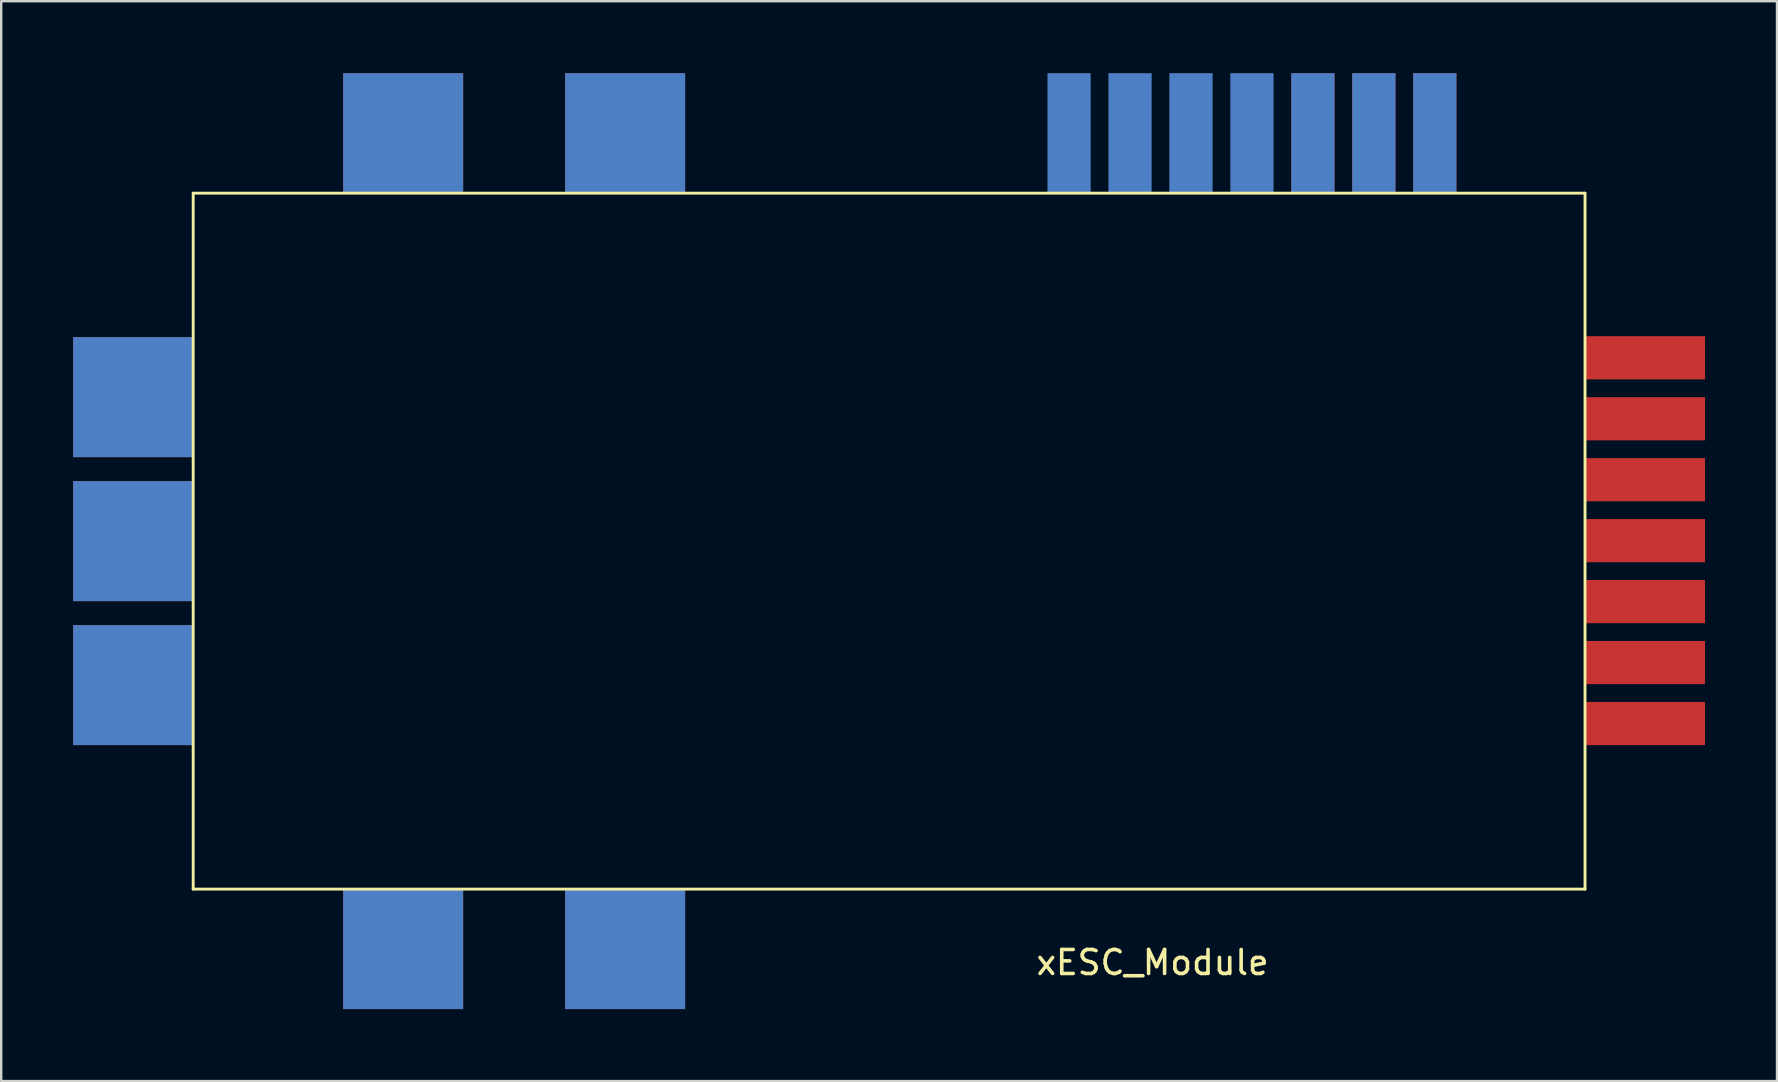
<source format=kicad_pcb>
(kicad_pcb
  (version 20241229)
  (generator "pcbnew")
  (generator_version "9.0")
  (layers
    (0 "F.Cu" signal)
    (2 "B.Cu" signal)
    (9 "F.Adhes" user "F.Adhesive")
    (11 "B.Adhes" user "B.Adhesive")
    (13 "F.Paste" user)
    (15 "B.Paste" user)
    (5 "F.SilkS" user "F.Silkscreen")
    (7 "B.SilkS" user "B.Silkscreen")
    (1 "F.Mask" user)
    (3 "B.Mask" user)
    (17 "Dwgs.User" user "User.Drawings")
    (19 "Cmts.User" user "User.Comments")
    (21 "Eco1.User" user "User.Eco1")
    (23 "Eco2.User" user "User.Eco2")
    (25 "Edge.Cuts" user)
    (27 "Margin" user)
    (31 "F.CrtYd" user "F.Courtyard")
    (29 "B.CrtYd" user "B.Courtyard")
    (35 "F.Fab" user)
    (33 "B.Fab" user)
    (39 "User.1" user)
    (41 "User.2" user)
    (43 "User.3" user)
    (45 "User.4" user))
  (footprint "xESC_Module"
    (layer "F.Cu")
    (at 5 5)
    (property "Reference" "xESC_Module" (at 39.98 32.06 0) (layer "F.SilkS") (effects (font (size 1 1) (thickness 0.15))))
    (attr through_hole)
    (fp_line (start 0 0) (end 58 0) (stroke (width 0.12) (type solid)) (layer "F.SilkS"))
    (fp_line (start 0 29) (end 0 0) (stroke (width 0.12) (type solid)) (layer "F.SilkS"))
    (fp_line (start 58 0) (end 58 29) (stroke (width 0.12) (type solid)) (layer "F.SilkS"))
    (fp_line (start 58 29) (end 0 29) (stroke (width 0.12) (type solid)) (layer "F.SilkS"))
    (pad "1" smd rect (at 8.75 -2.5) (size 5 5) (layers "F.Cu" "F.Mask" "F.Paste"))
    (pad "1" smd rect (at 8.75 -2.5) (size 5 5) (layers "B.Cu" "B.Mask" "B.Paste"))
    (pad "1" smd rect (at 8.75 31.5) (size 5 5) (layers "F.Cu" "F.Mask" "F.Paste"))
    (pad "1" smd rect (at 8.75 31.5) (size 5 5) (layers "B.Cu" "B.Mask" "B.Paste"))
    (pad "2" smd rect (at 18 -2.5) (size 5 5) (layers "F.Cu" "F.Mask" "F.Paste"))
    (pad "2" smd rect (at 18 -2.5) (size 5 5) (layers "B.Cu" "B.Mask" "B.Paste"))
    (pad "2" smd rect (at 18 31.5) (size 5 5) (layers "F.Cu" "F.Mask" "F.Paste"))
    (pad "2" smd rect (at 18 31.5) (size 5 5) (layers "B.Cu" "B.Mask" "B.Paste"))
    (pad "2" smd rect (at 51.74 -2.5) (size 1.8 5) (layers "F.Cu" "F.Mask" "F.Paste"))
    (pad "2" smd rect (at 51.74 -2.5) (size 1.8 5) (layers "B.Cu" "B.Mask" "B.Paste"))
    (pad "2" smd rect (at 60.5 22.1 90) (size 1.8 5) (layers "F.Cu" "F.Mask" "F.Paste"))
    (pad "3" smd rect (at -2.5 8.5) (size 5 5) (layers "F.Cu" "F.Mask" "F.Paste"))
    (pad "3" smd rect (at -2.5 8.5) (size 5 5) (layers "B.Cu" "B.Mask" "B.Paste"))
    (pad "4" smd rect (at -2.5 14.5) (size 5 5) (layers "F.Cu" "F.Mask" "F.Paste"))
    (pad "4" smd rect (at -2.5 14.5) (size 5 5) (layers "B.Cu" "B.Mask" "B.Paste"))
    (pad "5" smd rect (at -2.5 20.5) (size 5 5) (layers "F.Cu" "F.Mask" "F.Paste"))
    (pad "5" smd rect (at -2.5 20.5) (size 5 5) (layers "B.Cu" "B.Mask" "B.Paste"))
    (pad "6" smd rect (at 60.5 11.94 90) (size 1.8 5) (layers "F.Cu" "F.Mask" "F.Paste"))
    (pad "7" smd rect (at 60.5 19.56 90) (size 1.8 5) (layers "F.Cu" "F.Mask" "F.Paste"))
    (pad "8" smd rect (at 60.5 17.02 90) (size 1.8 5) (layers "F.Cu" "F.Mask" "F.Paste"))
    (pad "9" smd rect (at 60.5 14.48 90) (size 1.8 5) (layers "F.Cu" "F.Mask" "F.Paste"))
    (pad "10" smd rect (at 60.5 9.4 90) (size 1.8 5) (layers "F.Cu" "F.Mask" "F.Paste"))
    (pad "11" smd rect (at 60.5 6.86 90) (size 1.8 5) (layers "F.Cu" "F.Mask" "F.Paste"))
    (pad "12" smd rect (at 49.2 -2.5) (size 1.8 5) (layers "F.Cu" "F.Mask" "F.Paste"))
    (pad "13" smd rect (at 46.66 -2.5) (size 1.8 5) (layers "F.Cu" "F.Mask" "F.Paste"))
    (pad "14" smd rect (at 49.2 -2.5) (size 1.8 5) (layers "B.Cu" "B.Mask" "B.Paste"))
    (pad "15" smd rect (at 46.66 -2.5) (size 1.8 5) (layers "B.Cu" "B.Mask" "B.Paste"))
    (pad "16" smd rect (at 44.12 -2.5) (size 1.8 5) (layers "B.Cu" "B.Mask" "B.Paste"))
    (pad "17" smd rect (at 41.58 -2.5) (size 1.8 5) (layers "B.Cu" "B.Mask" "B.Paste"))
    (pad "18" smd rect (at 39.04 -2.5) (size 1.8 5) (layers "B.Cu" "B.Mask" "B.Paste"))
    (pad "19" smd rect (at 36.5 -2.5) (size 1.8 5) (layers "B.Cu" "B.Mask" "B.Paste")))
  (gr_rect
    (start -3 -3)
    (end 71 42)
    (stroke (width 0.1) (type default))
    (fill no)
    (layer "Edge.Cuts")))
</source>
